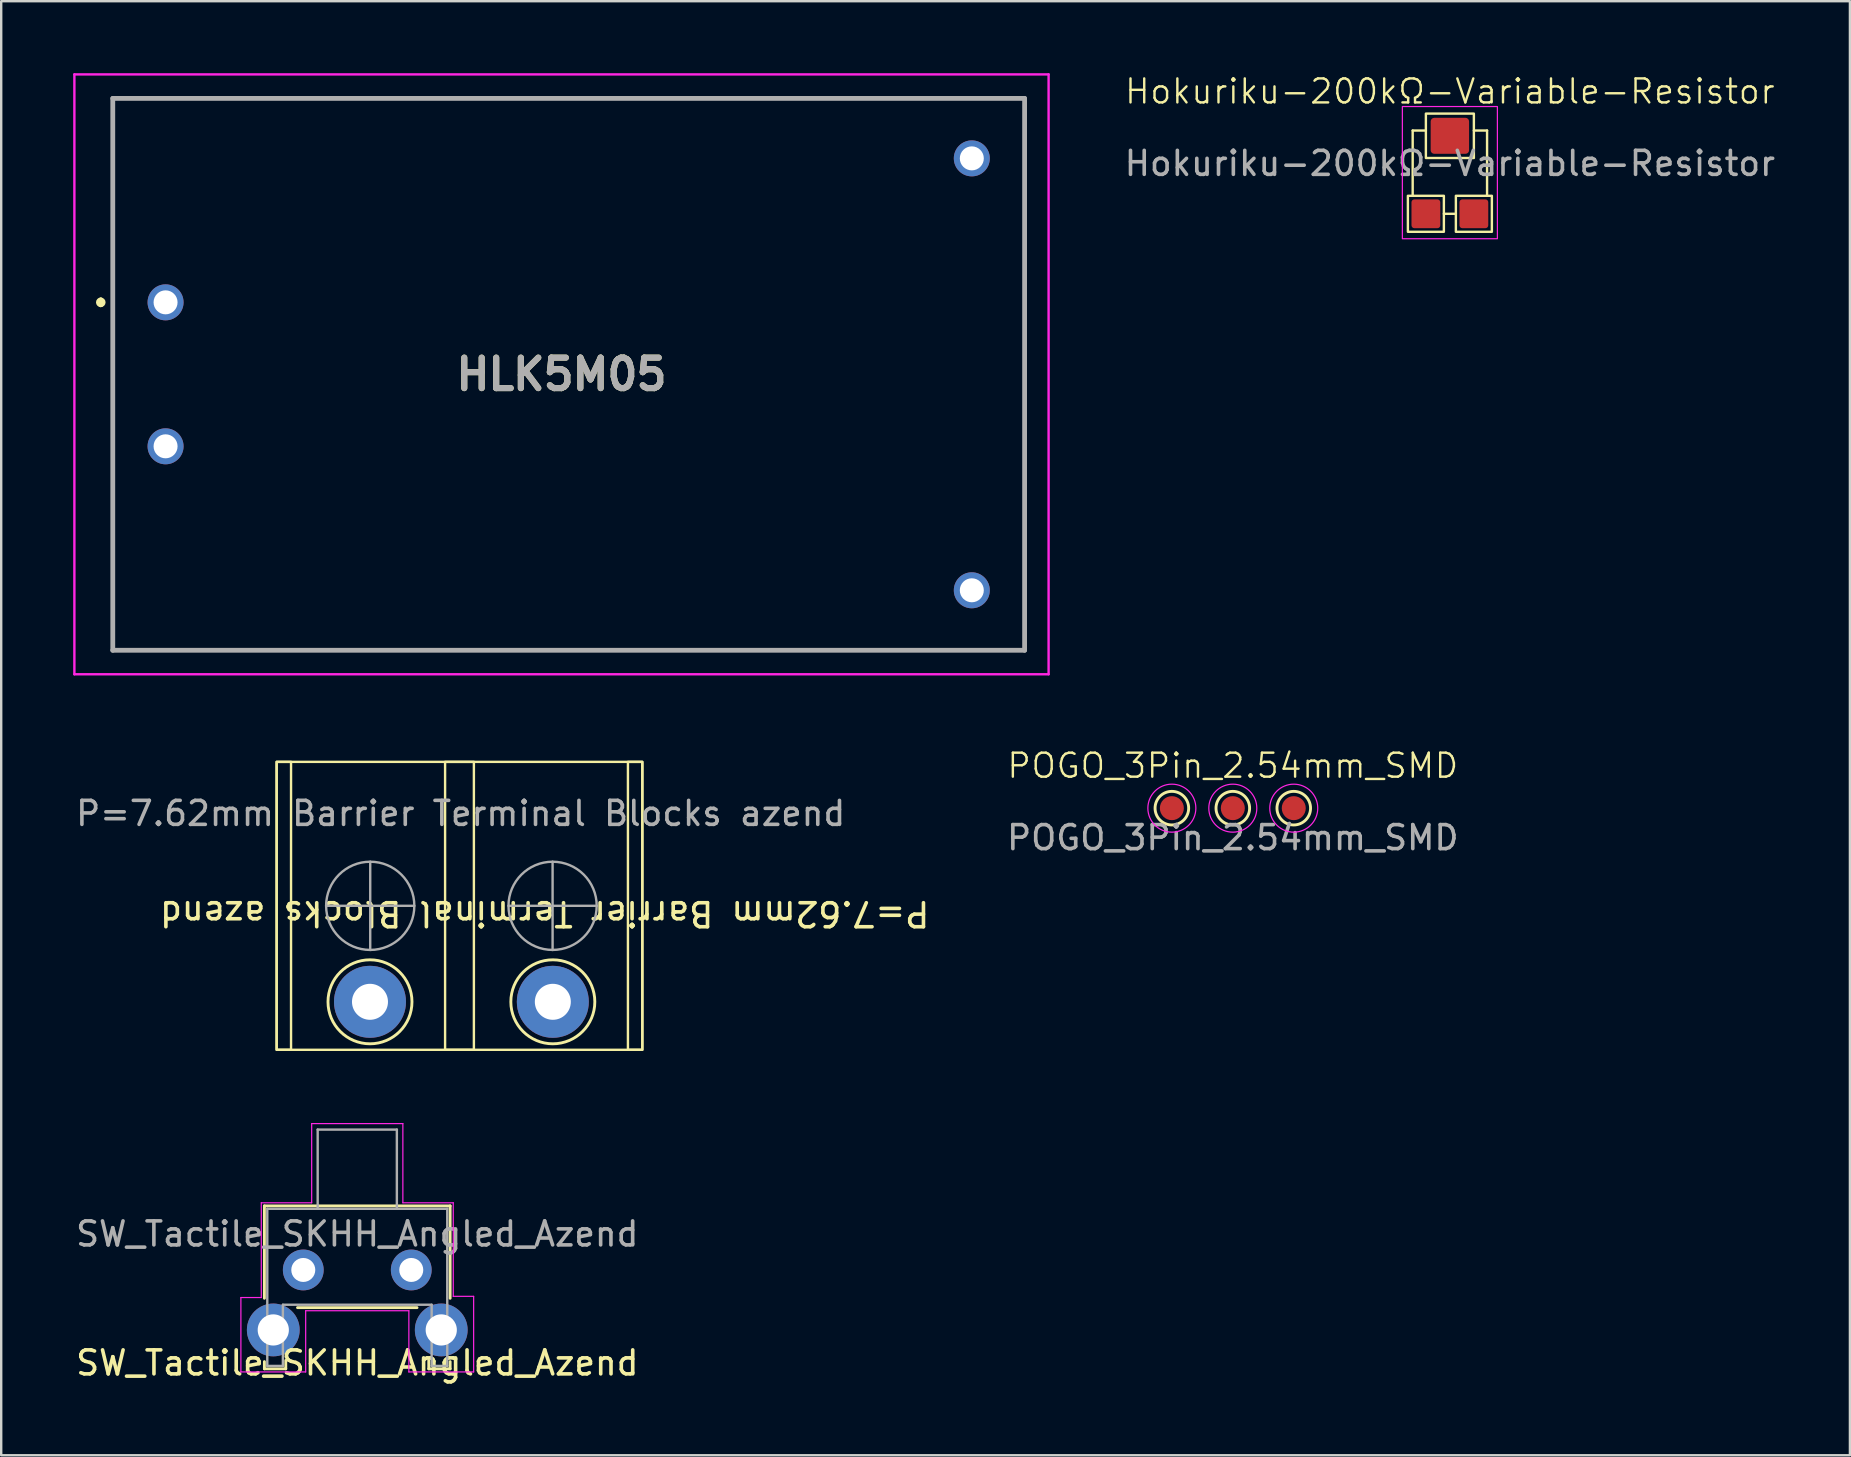
<source format=kicad_pcb>
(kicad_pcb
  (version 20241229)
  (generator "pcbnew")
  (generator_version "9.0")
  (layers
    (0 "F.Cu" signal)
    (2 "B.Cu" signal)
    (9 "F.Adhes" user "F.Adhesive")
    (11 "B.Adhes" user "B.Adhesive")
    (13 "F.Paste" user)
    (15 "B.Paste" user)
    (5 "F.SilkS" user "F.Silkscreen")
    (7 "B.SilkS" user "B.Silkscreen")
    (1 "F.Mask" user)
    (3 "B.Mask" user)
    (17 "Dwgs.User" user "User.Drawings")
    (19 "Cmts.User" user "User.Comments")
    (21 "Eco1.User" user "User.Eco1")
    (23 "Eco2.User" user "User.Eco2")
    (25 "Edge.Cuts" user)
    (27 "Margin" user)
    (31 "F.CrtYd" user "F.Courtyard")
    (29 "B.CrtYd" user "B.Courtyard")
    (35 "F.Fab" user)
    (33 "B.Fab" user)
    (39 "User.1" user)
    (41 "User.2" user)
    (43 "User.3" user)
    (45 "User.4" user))
  (footprint "P=7.62mm Barrier Terminal Blocks azend"
    (layer "F.Cu")
    (at 16.149 28.35)
    (property "Reference" "P=7.62mm Barrier Terminal Blocks azend" (at 3.5 6.675 180) (unlocked yes) (layer "F.SilkS") (effects (font (size 1 1) (thickness 0.15))))
    (attr through_hole)
    (fp_rect (start -7.67 0.35) (end -7.07 12.35) (stroke (width 0.1) (type default)) (fill no) (layer "F.SilkS"))
    (fp_rect (start -7.67 0.35) (end 7.57 12.35) (stroke (width 0.1) (type default)) (fill no) (layer "F.SilkS"))
    (fp_rect (start -0.65 0.35) (end 0.55 12.35) (stroke (width 0.1) (type default)) (fill no) (layer "F.SilkS"))
    (fp_rect (start 6.97 0.35) (end 7.57 12.35) (stroke (width 0.1) (type default)) (fill no) (layer "F.SilkS"))
    (fp_circle (center -3.78 10.35) (end -3.78 12.1) (stroke (width 0.12) (type solid)) (fill no) (layer "F.SilkS"))
    (fp_circle (center 3.84 10.35) (end 3.84 12.1) (stroke (width 0.12) (type solid)) (fill no) (layer "F.SilkS"))
    (fp_line (start -5.608 6.35) (end -1.932 6.35) (stroke (width 0.1) (type default)) (layer "F.Fab"))
    (fp_line (start -3.77 4.512) (end -3.77 8.188) (stroke (width 0.1) (type default)) (layer "F.Fab"))
    (fp_line (start 1.992 6.35) (end 5.668 6.35) (stroke (width 0.1) (type default)) (layer "F.Fab"))
    (fp_line (start 3.83 4.512) (end 3.83 8.188) (stroke (width 0.1) (type default)) (layer "F.Fab"))
    (fp_circle (center -3.77 6.35) (end -1.932 6.35) (stroke (width 0.1) (type default)) (fill no) (layer "F.Fab"))
    (fp_circle (center 3.83 6.35) (end 5.668 6.35) (stroke (width 0.1) (type default)) (fill no) (layer "F.Fab"))
    (fp_text user "${REFERENCE}" (at 0 2.5 0) (unlocked yes) (layer "F.Fab") (effects (font (size 1 1) (thickness 0.15))))
    (pad "1" thru_hole circle (at 3.84 10.35) (size 3 3) (drill 1.5) (layers "*.Cu" "*.Mask"))
    (pad "2" thru_hole circle (at -3.78 10.35) (size 3 3) (drill 1.5) (layers "*.Cu" "*.Mask")))
  (footprint "POGO_3Pin_2.54mm_SMD"
    (layer "F.Cu")
    (at 48.327 29.36)
    (property "Reference" "POGO_3Pin_2.54mm_SMD" (at 0 -0.5 0) (unlocked yes) (layer "F.SilkS") (effects (font (size 1 1) (thickness 0.1))))
    (attr smd)
    (fp_circle (center -2.54 1.27) (end -2.54 1.97) (stroke (width 0.12) (type solid)) (fill no) (layer "F.SilkS"))
    (fp_circle (center 0 1.27) (end 0 1.97) (stroke (width 0.12) (type solid)) (fill no) (layer "F.SilkS"))
    (fp_circle (center 2.54 1.27) (end 2.54 1.97) (stroke (width 0.12) (type solid)) (fill no) (layer "F.SilkS"))
    (fp_circle (center -2.54 1.27) (end -1.54 1.27) (stroke (width 0.05) (type solid)) (fill no) (layer "F.CrtYd"))
    (fp_circle (center 0 1.27) (end 1 1.27) (stroke (width 0.05) (type solid)) (fill no) (layer "F.CrtYd"))
    (fp_circle (center 2.54 1.27) (end 3.54 1.27) (stroke (width 0.05) (type solid)) (fill no) (layer "F.CrtYd"))
    (fp_text user "${REFERENCE}" (at 0 2.5 0) (unlocked yes) (layer "F.Fab") (effects (font (size 1 1) (thickness 0.15))))
    (pad "1" smd circle (at -2.54 1.27) (size 1 1) (layers "F.Cu" "F.Mask"))
    (pad "2" smd circle (at 0 1.27) (size 1 1) (layers "F.Cu" "F.Mask"))
    (pad "3" smd circle (at 2.54 1.27) (size 1 1) (layers "F.Cu" "F.Mask")))
  (footprint "Hokuriku-200kΩ-Variable-Resistor"
    (layer "F.Cu")
    (at 57.373 1.26)
    (property "Reference" "Hokuriku-200kΩ-Variable-Resistor" (at 0 -0.5 0) (unlocked yes) (layer "F.SilkS") (effects (font (size 1 1) (thickness 0.1))))
    (attr smd)
    (fp_line (start -1.55 1.13) (end -1.55 3.85) (stroke (width 0.1) (type default)) (layer "F.SilkS"))
    (fp_line (start -1 1.13) (end -1.55 1.13) (stroke (width 0.1) (type default)) (layer "F.SilkS"))
    (fp_line (start 0.25 4.6) (end -0.25 4.6) (stroke (width 0.1) (type default)) (layer "F.SilkS"))
    (fp_line (start 1 1.13) (end 1.55 1.13) (stroke (width 0.1) (type default)) (layer "F.SilkS"))
    (fp_line (start 1.55 1.13) (end 1.55 3.85) (stroke (width 0.1) (type default)) (layer "F.SilkS"))
    (fp_rect (start -1.75 3.85) (end -0.25 5.35) (stroke (width 0.1) (type default)) (fill no) (layer "F.SilkS"))
    (fp_rect (start -1 0.425) (end 1 2.275) (stroke (width 0.1) (type default)) (fill no) (layer "F.SilkS"))
    (fp_rect (start 0.25 3.85) (end 1.75 5.35) (stroke (width 0.1) (type default)) (fill no) (layer "F.SilkS"))
    (fp_rect (start -1.98 0.13) (end 1.98 5.64) (stroke (width 0.05) (type default)) (fill no) (layer "F.CrtYd"))
    (fp_text user "${REFERENCE}" (at 0 2.5 0) (unlocked yes) (layer "F.Fab") (effects (font (size 1 1) (thickness 0.15))))
    (pad "1" smd roundrect (at -1 4.6) (size 1.2 1.2) (layers "F.Cu" "F.Mask" "F.Paste") (roundrect_rratio 0.1))
    (pad "2" smd roundrect (at 0 1.35) (size 1.6 1.5) (layers "F.Cu" "F.Mask" "F.Paste") (roundrect_rratio 0.1))
    (pad "3" smd roundrect (at 1 4.6) (size 1.2 1.2) (layers "F.Cu" "F.Mask" "F.Paste") (roundrect_rratio 0.1)))
  (footprint "HLK5M05"
    (layer "F.Cu")
    (at 3.85 9.55)
    (property "Reference" "HLK5M05" (at 16.5 3 0) (layer "F.SilkS") (effects (font (size 1.27 1.27) (thickness 0.254))))
    (attr through_hole)
    (fp_line (start -2.7 -0.1) (end -2.7 -0.1) (stroke (width 0.2) (type solid)) (layer "F.SilkS"))
    (fp_line (start -2.7 0.1) (end -2.7 0.1) (stroke (width 0.2) (type solid)) (layer "F.SilkS"))
    (fp_line (start -2.2 -8.5) (end 35.8 -8.5) (stroke (width 0.1) (type solid)) (layer "F.SilkS"))
    (fp_line (start -2.2 14.5) (end -2.2 -8.5) (stroke (width 0.1) (type solid)) (layer "F.SilkS"))
    (fp_line (start 35.8 -8.5) (end 35.8 14.5) (stroke (width 0.1) (type solid)) (layer "F.SilkS"))
    (fp_line (start 35.8 14.5) (end -2.2 14.5) (stroke (width 0.1) (type solid)) (layer "F.SilkS"))
    (fp_arc (start -2.7 -0.1) (mid -2.6 0) (end -2.7 0.1) (stroke (width 0.2) (type solid)) (layer "F.SilkS"))
    (fp_arc (start -2.7 0.1) (mid -2.8 0) (end -2.7 -0.1) (stroke (width 0.2) (type solid)) (layer "F.SilkS"))
    (fp_line (start -3.8 -9.5) (end 36.8 -9.5) (stroke (width 0.1) (type solid)) (layer "F.CrtYd"))
    (fp_line (start -3.8 15.5) (end -3.8 -9.5) (stroke (width 0.1) (type solid)) (layer "F.CrtYd"))
    (fp_line (start 36.8 -9.5) (end 36.8 15.5) (stroke (width 0.1) (type solid)) (layer "F.CrtYd"))
    (fp_line (start 36.8 15.5) (end -3.8 15.5) (stroke (width 0.1) (type solid)) (layer "F.CrtYd"))
    (fp_line (start -2.2 -8.5) (end 35.8 -8.5) (stroke (width 0.2) (type solid)) (layer "F.Fab"))
    (fp_line (start -2.2 14.5) (end -2.2 -8.5) (stroke (width 0.2) (type solid)) (layer "F.Fab"))
    (fp_line (start 35.8 -8.5) (end 35.8 14.5) (stroke (width 0.2) (type solid)) (layer "F.Fab"))
    (fp_line (start 35.8 14.5) (end -2.2 14.5) (stroke (width 0.2) (type solid)) (layer "F.Fab"))
    (fp_text user "${REFERENCE}" (at 16.5 3 0) (layer "F.Fab") (effects (font (size 1.27 1.27) (thickness 0.254))))
    (pad "1" thru_hole circle (at 0 0) (size 1.5 1.5) (drill 1) (layers "*.Cu" "*.Mask"))
    (pad "2" thru_hole circle (at 0 6) (size 1.5 1.5) (drill 1) (layers "*.Cu" "*.Mask"))
    (pad "3" thru_hole circle (at 33.6 -6) (size 1.5 1.5) (drill 1) (layers "*.Cu" "*.Mask"))
    (pad "4" thru_hole circle (at 33.6 12) (size 1.5 1.5) (drill 1) (layers "*.Cu" "*.Mask")))
  (footprint "SW_Tactile_SKHH_Angled_Azend"
    (layer "F.Cu")
    (at 9.589 49.875)
    (property "Reference" "SW_Tactile_SKHH_Angled_Azend" (at 2.253 3.875 180) (layer "F.SilkS") (effects (font (size 1 1) (thickness 0.15))))
    (attr through_hole)
    (fp_line (start -1.62 -2.67) (end -1.62 1.18) (stroke (width 0.12) (type solid)) (layer "F.SilkS"))
    (fp_line (start -1.62 3.82) (end -1.62 4.12) (stroke (width 0.12) (type solid)) (layer "F.SilkS"))
    (fp_line (start -0.73 4.12) (end -1.62 4.12) (stroke (width 0.12) (type solid)) (layer "F.SilkS"))
    (fp_line (start -0.73 4.12) (end -0.73 3.77) (stroke (width 0.12) (type solid)) (layer "F.SilkS"))
    (fp_line (start -0.24 1.57) (end 4.74 1.57) (stroke (width 0.12) (type solid)) (layer "F.SilkS"))
    (fp_line (start 5.23 4.12) (end 5.23 3.77) (stroke (width 0.12) (type solid)) (layer "F.SilkS"))
    (fp_line (start 6.12 -2.67) (end -1.62 -2.67) (stroke (width 0.12) (type solid)) (layer "F.SilkS"))
    (fp_line (start 6.12 1.18) (end 6.12 -2.67) (stroke (width 0.12) (type solid)) (layer "F.SilkS"))
    (fp_line (start 6.12 3.82) (end 6.12 4.12) (stroke (width 0.12) (type solid)) (layer "F.SilkS"))
    (fp_line (start 6.12 4.12) (end 5.23 4.12) (stroke (width 0.12) (type solid)) (layer "F.SilkS"))
    (fp_line (start -2.6 1.15) (end -1.75 1.15) (stroke (width 0.05) (type solid)) (layer "F.CrtYd"))
    (fp_line (start -2.6 4.25) (end -2.6 1.15) (stroke (width 0.05) (type solid)) (layer "F.CrtYd"))
    (fp_line (start -1.75 1.15) (end -1.75 -2.8) (stroke (width 0.05) (type solid)) (layer "F.CrtYd"))
    (fp_line (start 0.1 1.7) (end 4.4 1.7) (stroke (width 0.05) (type solid)) (layer "F.CrtYd"))
    (fp_line (start 0.1 4.25) (end -2.6 4.25) (stroke (width 0.05) (type solid)) (layer "F.CrtYd"))
    (fp_line (start 0.1 4.25) (end 0.1 1.7) (stroke (width 0.05) (type solid)) (layer "F.CrtYd"))
    (fp_line (start 0.35 -6.1) (end 0.35 -2.8) (stroke (width 0.05) (type solid)) (layer "F.CrtYd"))
    (fp_line (start 0.35 -2.8) (end -1.75 -2.8) (stroke (width 0.05) (type solid)) (layer "F.CrtYd"))
    (fp_line (start 4.15 -6.1) (end 0.35 -6.1) (stroke (width 0.05) (type solid)) (layer "F.CrtYd"))
    (fp_line (start 4.15 -2.8) (end 4.15 -6.1) (stroke (width 0.05) (type solid)) (layer "F.CrtYd"))
    (fp_line (start 4.4 1.7) (end 4.4 4.25) (stroke (width 0.05) (type solid)) (layer "F.CrtYd"))
    (fp_line (start 4.4 4.25) (end 7.1 4.25) (stroke (width 0.05) (type solid)) (layer "F.CrtYd"))
    (fp_line (start 6.25 -2.8) (end 4.15 -2.8) (stroke (width 0.05) (type solid)) (layer "F.CrtYd"))
    (fp_line (start 6.25 1.1) (end 6.25 -2.8) (stroke (width 0.05) (type solid)) (layer "F.CrtYd"))
    (fp_line (start 7.1 1.1) (end 6.25 1.1) (stroke (width 0.05) (type solid)) (layer "F.CrtYd"))
    (fp_line (start 7.1 4.25) (end 7.1 1.1) (stroke (width 0.05) (type solid)) (layer "F.CrtYd"))
    (fp_line (start -1.5 4) (end -1.5 -2.55) (stroke (width 0.1) (type solid)) (layer "F.Fab"))
    (fp_line (start -0.85 1.45) (end -0.85 4) (stroke (width 0.1) (type solid)) (layer "F.Fab"))
    (fp_line (start -0.85 4) (end -1.5 4) (stroke (width 0.1) (type solid)) (layer "F.Fab"))
    (fp_line (start 0.6 -5.85) (end 3.9 -5.85) (stroke (width 0.1) (type solid)) (layer "F.Fab"))
    (fp_line (start 0.6 -2.55) (end 0.6 -5.85) (stroke (width 0.1) (type solid)) (layer "F.Fab"))
    (fp_line (start 3.9 -2.55) (end 3.9 -5.85) (stroke (width 0.1) (type solid)) (layer "F.Fab"))
    (fp_line (start 5.35 1.45) (end -0.85 1.45) (stroke (width 0.1) (type solid)) (layer "F.Fab"))
    (fp_line (start 5.35 1.45) (end 5.35 4) (stroke (width 0.1) (type solid)) (layer "F.Fab"))
    (fp_line (start 6 -2.55) (end -1.5 -2.55) (stroke (width 0.1) (type solid)) (layer "F.Fab"))
    (fp_line (start 6 -2.55) (end 6 4) (stroke (width 0.1) (type solid)) (layer "F.Fab"))
    (fp_line (start 6 4) (end 5.35 4) (stroke (width 0.1) (type solid)) (layer "F.Fab"))
    (fp_text user "${REFERENCE}" (at 2.25 -1.5 180) (layer "F.Fab") (effects (font (size 1 1) (thickness 0.15))))
    (pad "" thru_hole circle (at -1.25 2.5 180) (size 2.2 2.2) (drill 1.3) (layers "*.Cu" "*.Mask"))
    (pad "" thru_hole circle (at 5.75 2.5 180) (size 2.2 2.2) (drill 1.3) (layers "*.Cu" "*.Mask"))
    (pad "1" thru_hole circle (at 0 0 180) (size 1.7 1.7) (drill 1) (layers "*.Cu" "*.Mask"))
    (pad "2" thru_hole circle (at 4.5 0 180) (size 1.7 1.7) (drill 1) (layers "*.Cu" "*.Mask")))
  (gr_rect
    (start -3 -3)
    (end 74.045 57.598)
    (stroke (width 0.1) (type default))
    (fill no)
    (layer "Edge.Cuts")))
</source>
